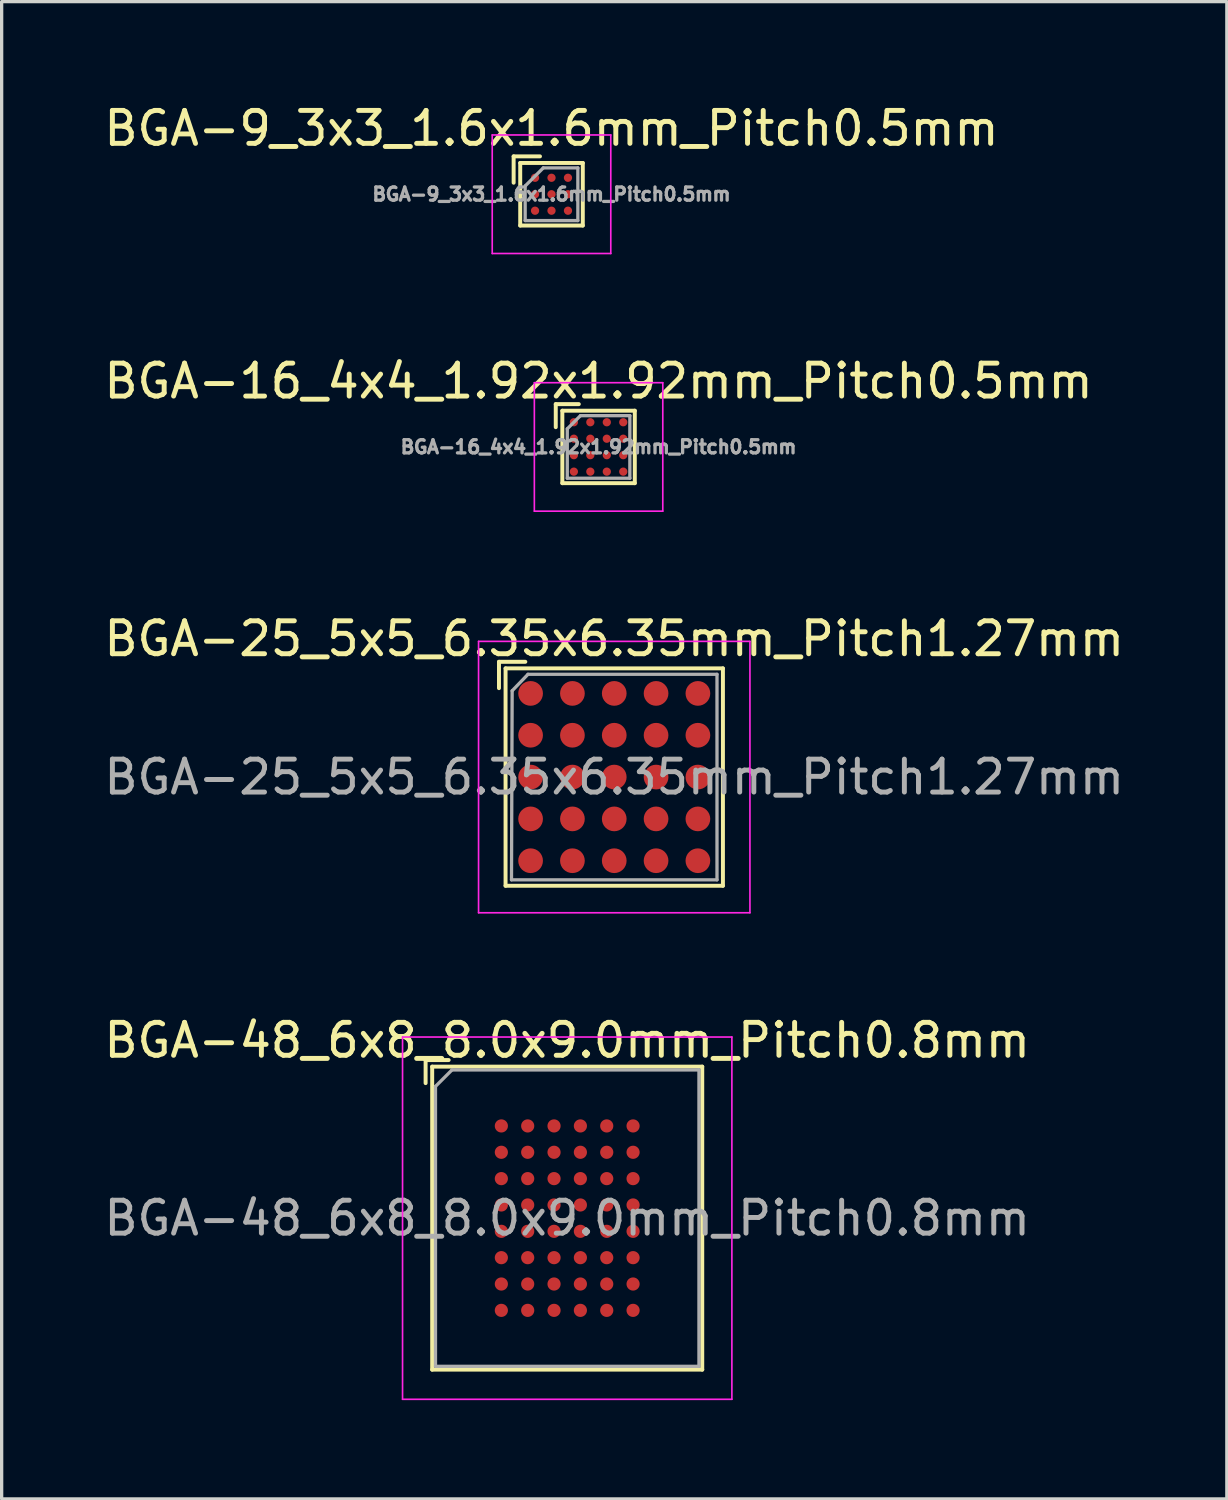
<source format=kicad_pcb>
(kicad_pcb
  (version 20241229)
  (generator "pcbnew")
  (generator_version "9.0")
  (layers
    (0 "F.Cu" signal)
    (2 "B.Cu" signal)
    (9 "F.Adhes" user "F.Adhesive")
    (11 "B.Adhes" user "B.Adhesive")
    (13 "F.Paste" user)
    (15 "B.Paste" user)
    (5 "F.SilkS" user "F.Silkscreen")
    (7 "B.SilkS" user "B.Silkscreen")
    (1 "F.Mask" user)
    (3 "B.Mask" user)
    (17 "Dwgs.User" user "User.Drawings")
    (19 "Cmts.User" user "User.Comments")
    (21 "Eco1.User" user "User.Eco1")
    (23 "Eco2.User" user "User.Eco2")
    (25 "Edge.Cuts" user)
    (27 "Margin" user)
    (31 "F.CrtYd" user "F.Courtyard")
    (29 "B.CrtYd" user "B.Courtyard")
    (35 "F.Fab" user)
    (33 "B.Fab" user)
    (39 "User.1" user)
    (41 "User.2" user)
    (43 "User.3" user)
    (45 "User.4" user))
  (footprint "BGA-16_4x4_1.92x1.92mm_Pitch0.5mm"
    (layer "F.Cu")
    (at 15.125 10.521)
    (property "Reference" "BGA-16_4x4_1.92x1.92mm_Pitch0.5mm" (at 0 -2 0) (layer "F.SilkS") (effects (font (size 1 1) (thickness 0.15))))
    (attr smd)
    (fp_line (start -1.3 -1.3) (end -1.3 -0.6) (stroke (width 0.12) (type solid)) (layer "F.SilkS"))
    (fp_line (start -1.1 -1.1) (end 1.1 -1.1) (stroke (width 0.12) (type solid)) (layer "F.SilkS"))
    (fp_line (start -1.1 1.1) (end -1.1 -1.1) (stroke (width 0.12) (type solid)) (layer "F.SilkS"))
    (fp_line (start -0.6 -1.3) (end -1.3 -1.3) (stroke (width 0.12) (type solid)) (layer "F.SilkS"))
    (fp_line (start 1.1 -1.1) (end 1.1 1.1) (stroke (width 0.12) (type solid)) (layer "F.SilkS"))
    (fp_line (start 1.1 1.1) (end -1.1 1.1) (stroke (width 0.12) (type solid)) (layer "F.SilkS"))
    (fp_line (start -1.95 -1.95) (end -1.95 1.95) (stroke (width 0.05) (type solid)) (layer "F.CrtYd"))
    (fp_line (start -1.95 -1.95) (end 1.95 -1.95) (stroke (width 0.05) (type solid)) (layer "F.CrtYd"))
    (fp_line (start 1.95 1.95) (end -1.95 1.95) (stroke (width 0.05) (type solid)) (layer "F.CrtYd"))
    (fp_line (start 1.95 1.95) (end 1.95 -1.95) (stroke (width 0.05) (type solid)) (layer "F.CrtYd"))
    (fp_line (start -0.95 -0.55) (end -0.55 -0.95) (stroke (width 0.1) (type solid)) (layer "F.Fab"))
    (fp_line (start -0.95 0.95) (end -0.95 -0.55) (stroke (width 0.1) (type solid)) (layer "F.Fab"))
    (fp_line (start -0.55 -0.95) (end 0.95 -0.95) (stroke (width 0.1) (type solid)) (layer "F.Fab"))
    (fp_line (start 0.95 -0.95) (end 0.95 0.95) (stroke (width 0.1) (type solid)) (layer "F.Fab"))
    (fp_line (start 0.95 0.95) (end -0.95 0.95) (stroke (width 0.1) (type solid)) (layer "F.Fab"))
    (fp_text user "${REFERENCE}" (at 0 0 0) (layer "F.Fab") (effects (font (size 0.4 0.4) (thickness 0.1))))
    (pad "A1" smd circle (at -0.75 -0.75) (size 0.25 0.25) (layers "F.Cu" "F.Mask" "F.Paste"))
    (pad "A2" smd circle (at -0.25 -0.75) (size 0.25 0.25) (layers "F.Cu" "F.Mask" "F.Paste"))
    (pad "A3" smd circle (at 0.25 -0.75) (size 0.25 0.25) (layers "F.Cu" "F.Mask" "F.Paste"))
    (pad "A4" smd circle (at 0.75 -0.75) (size 0.25 0.25) (layers "F.Cu" "F.Mask" "F.Paste"))
    (pad "B1" smd circle (at -0.75 -0.25) (size 0.25 0.25) (layers "F.Cu" "F.Mask" "F.Paste"))
    (pad "B2" smd circle (at -0.25 -0.25) (size 0.25 0.25) (layers "F.Cu" "F.Mask" "F.Paste"))
    (pad "B3" smd circle (at 0.25 -0.25) (size 0.25 0.25) (layers "F.Cu" "F.Mask" "F.Paste"))
    (pad "B4" smd circle (at 0.75 -0.25) (size 0.25 0.25) (layers "F.Cu" "F.Mask" "F.Paste"))
    (pad "C1" smd circle (at -0.75 0.25) (size 0.25 0.25) (layers "F.Cu" "F.Mask" "F.Paste"))
    (pad "C2" smd circle (at -0.25 0.25) (size 0.25 0.25) (layers "F.Cu" "F.Mask" "F.Paste"))
    (pad "C3" smd circle (at 0.25 0.25) (size 0.25 0.25) (layers "F.Cu" "F.Mask" "F.Paste"))
    (pad "C4" smd circle (at 0.75 0.25) (size 0.25 0.25) (layers "F.Cu" "F.Mask" "F.Paste"))
    (pad "D1" smd circle (at -0.75 0.75) (size 0.25 0.25) (layers "F.Cu" "F.Mask" "F.Paste"))
    (pad "D2" smd circle (at -0.25 0.75) (size 0.25 0.25) (layers "F.Cu" "F.Mask" "F.Paste"))
    (pad "D3" smd circle (at 0.25 0.75) (size 0.25 0.25) (layers "F.Cu" "F.Mask" "F.Paste"))
    (pad "D4" smd circle (at 0.75 0.75) (size 0.25 0.25) (layers "F.Cu" "F.Mask" "F.Paste")))
  (footprint "BGA-25_5x5_6.35x6.35mm_Pitch1.27mm"
    (layer "F.Cu")
    (at 15.601 20.545)
    (property "Reference" "BGA-25_5x5_6.35x6.35mm_Pitch1.27mm" (at 0 -4.2 0) (layer "F.SilkS") (effects (font (size 1 1) (thickness 0.15))))
    (attr smd)
    (fp_line (start -3.5 -3.5) (end -3.5 -2.7) (stroke (width 0.12) (type solid)) (layer "F.SilkS"))
    (fp_line (start -3.3 -3.3) (end 3.3 -3.3) (stroke (width 0.12) (type solid)) (layer "F.SilkS"))
    (fp_line (start -3.3 3.3) (end -3.3 -3.3) (stroke (width 0.12) (type solid)) (layer "F.SilkS"))
    (fp_line (start -2.7 -3.5) (end -3.5 -3.5) (stroke (width 0.12) (type solid)) (layer "F.SilkS"))
    (fp_line (start 3.3 -3.3) (end 3.3 3.3) (stroke (width 0.12) (type solid)) (layer "F.SilkS"))
    (fp_line (start 3.3 3.3) (end -3.3 3.3) (stroke (width 0.12) (type solid)) (layer "F.SilkS"))
    (fp_line (start -4.12 -4.12) (end -4.12 4.12) (stroke (width 0.05) (type solid)) (layer "F.CrtYd"))
    (fp_line (start -4.12 -4.12) (end 4.12 -4.12) (stroke (width 0.05) (type solid)) (layer "F.CrtYd"))
    (fp_line (start 4.12 4.12) (end -4.12 4.12) (stroke (width 0.05) (type solid)) (layer "F.CrtYd"))
    (fp_line (start 4.12 4.12) (end 4.12 -4.12) (stroke (width 0.05) (type solid)) (layer "F.CrtYd"))
    (fp_line (start -3.12 3.12) (end -3.1 -2.62) (stroke (width 0.1) (type solid)) (layer "F.Fab"))
    (fp_line (start -3.1 -2.62) (end -2.62 -3.12) (stroke (width 0.1) (type solid)) (layer "F.Fab"))
    (fp_line (start -2.62 -3.12) (end 3.12 -3.12) (stroke (width 0.1) (type solid)) (layer "F.Fab"))
    (fp_line (start 3.12 -3.12) (end 3.12 3.12) (stroke (width 0.1) (type solid)) (layer "F.Fab"))
    (fp_line (start 3.12 3.12) (end -3.12 3.12) (stroke (width 0.1) (type solid)) (layer "F.Fab"))
    (fp_text user "${REFERENCE}" (at 0 0 0) (layer "F.Fab") (effects (font (size 1 1) (thickness 0.15))))
    (pad "A1" smd circle (at -2.54 -2.54) (size 0.75 0.75) (layers "F.Cu" "F.Mask" "F.Paste"))
    (pad "A2" smd circle (at -1.27 -2.54) (size 0.75 0.75) (layers "F.Cu" "F.Mask" "F.Paste"))
    (pad "A3" smd circle (at 0 -2.54) (size 0.75 0.75) (layers "F.Cu" "F.Mask" "F.Paste"))
    (pad "A4" smd circle (at 1.27 -2.54) (size 0.75 0.75) (layers "F.Cu" "F.Mask" "F.Paste"))
    (pad "A5" smd circle (at 2.54 -2.54) (size 0.75 0.75) (layers "F.Cu" "F.Mask" "F.Paste"))
    (pad "B1" smd circle (at -2.54 -1.27) (size 0.75 0.75) (layers "F.Cu" "F.Mask" "F.Paste"))
    (pad "B2" smd circle (at -1.27 -1.27) (size 0.75 0.75) (layers "F.Cu" "F.Mask" "F.Paste"))
    (pad "B3" smd circle (at 0 -1.27) (size 0.75 0.75) (layers "F.Cu" "F.Mask" "F.Paste"))
    (pad "B4" smd circle (at 1.27 -1.27) (size 0.75 0.75) (layers "F.Cu" "F.Mask" "F.Paste"))
    (pad "B5" smd circle (at 2.54 -1.27) (size 0.75 0.75) (layers "F.Cu" "F.Mask" "F.Paste"))
    (pad "C1" smd circle (at -2.54 0) (size 0.75 0.75) (layers "F.Cu" "F.Mask" "F.Paste"))
    (pad "C2" smd circle (at -1.27 0) (size 0.75 0.75) (layers "F.Cu" "F.Mask" "F.Paste"))
    (pad "C3" smd circle (at 0 0) (size 0.75 0.75) (layers "F.Cu" "F.Mask" "F.Paste"))
    (pad "C4" smd circle (at 1.27 0) (size 0.75 0.75) (layers "F.Cu" "F.Mask" "F.Paste"))
    (pad "C5" smd circle (at 2.54 0) (size 0.75 0.75) (layers "F.Cu" "F.Mask" "F.Paste"))
    (pad "D1" smd circle (at -2.54 1.27) (size 0.75 0.75) (layers "F.Cu" "F.Mask" "F.Paste"))
    (pad "D2" smd circle (at -1.27 1.27) (size 0.75 0.75) (layers "F.Cu" "F.Mask" "F.Paste"))
    (pad "D3" smd circle (at 0 1.27) (size 0.75 0.75) (layers "F.Cu" "F.Mask" "F.Paste"))
    (pad "D4" smd circle (at 1.27 1.27) (size 0.75 0.75) (layers "F.Cu" "F.Mask" "F.Paste"))
    (pad "D5" smd circle (at 2.54 1.27) (size 0.75 0.75) (layers "F.Cu" "F.Mask" "F.Paste"))
    (pad "E1" smd circle (at -2.54 2.54) (size 0.75 0.75) (layers "F.Cu" "F.Mask" "F.Paste"))
    (pad "E2" smd circle (at -1.27 2.54) (size 0.75 0.75) (layers "F.Cu" "F.Mask" "F.Paste"))
    (pad "E3" smd circle (at 0 2.54) (size 0.75 0.75) (layers "F.Cu" "F.Mask" "F.Paste"))
    (pad "E4" smd circle (at 1.27 2.54) (size 0.75 0.75) (layers "F.Cu" "F.Mask" "F.Paste"))
    (pad "E5" smd circle (at 2.54 2.54) (size 0.75 0.75) (layers "F.Cu" "F.Mask" "F.Paste")))
  (footprint "BGA-9_3x3_1.6x1.6mm_Pitch0.5mm"
    (layer "F.Cu")
    (at 13.696 2.848)
    (property "Reference" "BGA-9_3x3_1.6x1.6mm_Pitch0.5mm" (at 0 -2 0) (layer "F.SilkS") (effects (font (size 1 1) (thickness 0.15))))
    (attr smd)
    (fp_line (start -1.15 -1.15) (end -1.15 -0.35) (stroke (width 0.12) (type solid)) (layer "F.SilkS"))
    (fp_line (start -1.15 -1.15) (end -0.35 -1.15) (stroke (width 0.12) (type solid)) (layer "F.SilkS"))
    (fp_line (start -0.95 -0.95) (end -0.95 0.95) (stroke (width 0.12) (type solid)) (layer "F.SilkS"))
    (fp_line (start -0.95 0.95) (end 0.95 0.95) (stroke (width 0.12) (type solid)) (layer "F.SilkS"))
    (fp_line (start 0.95 -0.95) (end -0.95 -0.95) (stroke (width 0.12) (type solid)) (layer "F.SilkS"))
    (fp_line (start 0.95 0.95) (end 0.95 -0.95) (stroke (width 0.12) (type solid)) (layer "F.SilkS"))
    (fp_line (start -1.8 -1.8) (end -1.8 1.8) (stroke (width 0.05) (type solid)) (layer "F.CrtYd"))
    (fp_line (start -1.8 -1.8) (end 1.8 -1.8) (stroke (width 0.05) (type solid)) (layer "F.CrtYd"))
    (fp_line (start 1.8 1.8) (end -1.8 1.8) (stroke (width 0.05) (type solid)) (layer "F.CrtYd"))
    (fp_line (start 1.8 1.8) (end 1.8 -1.8) (stroke (width 0.05) (type solid)) (layer "F.CrtYd"))
    (fp_line (start -0.8 -0.25) (end -0.25 -0.8) (stroke (width 0.1) (type solid)) (layer "F.Fab"))
    (fp_line (start -0.8 0.8) (end -0.8 -0.25) (stroke (width 0.1) (type solid)) (layer "F.Fab"))
    (fp_line (start -0.25 -0.8) (end 0.8 -0.8) (stroke (width 0.1) (type solid)) (layer "F.Fab"))
    (fp_line (start 0.8 -0.8) (end 0.8 0.8) (stroke (width 0.1) (type solid)) (layer "F.Fab"))
    (fp_line (start 0.8 0.8) (end -0.8 0.8) (stroke (width 0.1) (type solid)) (layer "F.Fab"))
    (fp_text user "${REFERENCE}" (at 0 0 0) (layer "F.Fab") (effects (font (size 0.4 0.4) (thickness 0.1))))
    (pad "A1" smd circle (at -0.5 -0.5) (size 0.25 0.25) (layers "F.Cu" "F.Mask" "F.Paste"))
    (pad "A2" smd circle (at 0 -0.5) (size 0.25 0.25) (layers "F.Cu" "F.Mask" "F.Paste"))
    (pad "A3" smd circle (at 0.5 -0.5) (size 0.25 0.25) (layers "F.Cu" "F.Mask" "F.Paste"))
    (pad "B1" smd circle (at -0.5 0) (size 0.25 0.25) (layers "F.Cu" "F.Mask" "F.Paste"))
    (pad "B2" smd circle (at 0 0) (size 0.25 0.25) (layers "F.Cu" "F.Mask" "F.Paste"))
    (pad "B3" smd circle (at 0.5 0) (size 0.25 0.25) (layers "F.Cu" "F.Mask" "F.Paste"))
    (pad "C1" smd circle (at -0.5 0.5) (size 0.25 0.25) (layers "F.Cu" "F.Mask" "F.Paste"))
    (pad "C2" smd circle (at 0 0.5) (size 0.25 0.25) (layers "F.Cu" "F.Mask" "F.Paste"))
    (pad "C3" smd circle (at 0.5 0.5) (size 0.25 0.25) (layers "F.Cu" "F.Mask" "F.Paste")))
  (footprint "BGA-48_6x8_8.0x9.0mm_Pitch0.8mm"
    (layer "F.Cu")
    (at 14.173 33.938)
    (property "Reference" "BGA-48_6x8_8.0x9.0mm_Pitch0.8mm" (at 0 -5.4 0) (layer "F.SilkS") (effects (font (size 1 1) (thickness 0.15))))
    (attr smd)
    (fp_line (start -4.3 -4.8) (end -3.6 -4.8) (stroke (width 0.12) (type solid)) (layer "F.SilkS"))
    (fp_line (start -4.3 -4.1) (end -4.3 -4.8) (stroke (width 0.12) (type solid)) (layer "F.SilkS"))
    (fp_line (start -4.1 -4.6) (end 4.1 -4.6) (stroke (width 0.12) (type solid)) (layer "F.SilkS"))
    (fp_line (start -4.1 4.6) (end -4.1 -4.6) (stroke (width 0.12) (type solid)) (layer "F.SilkS"))
    (fp_line (start 4.1 -4.6) (end 4.1 4.6) (stroke (width 0.12) (type solid)) (layer "F.SilkS"))
    (fp_line (start 4.1 4.6) (end -4.1 4.6) (stroke (width 0.12) (type solid)) (layer "F.SilkS"))
    (fp_line (start -5 -5.5) (end -5 5.5) (stroke (width 0.05) (type solid)) (layer "F.CrtYd"))
    (fp_line (start -5 -5.5) (end 5 -5.5) (stroke (width 0.05) (type solid)) (layer "F.CrtYd"))
    (fp_line (start 5 5.5) (end -5 5.5) (stroke (width 0.05) (type solid)) (layer "F.CrtYd"))
    (fp_line (start 5 5.5) (end 5 -5.5) (stroke (width 0.05) (type solid)) (layer "F.CrtYd"))
    (fp_line (start -4 -4) (end -3.5 -4.5) (stroke (width 0.1) (type solid)) (layer "F.Fab"))
    (fp_line (start -4 4.5) (end -4 -4) (stroke (width 0.1) (type solid)) (layer "F.Fab"))
    (fp_line (start -3.5 -4.5) (end 4 -4.5) (stroke (width 0.1) (type solid)) (layer "F.Fab"))
    (fp_line (start 4 -4.5) (end 4 4.5) (stroke (width 0.1) (type solid)) (layer "F.Fab"))
    (fp_line (start 4 4.5) (end -4 4.5) (stroke (width 0.1) (type solid)) (layer "F.Fab"))
    (fp_text user "${REFERENCE}" (at 0 0 0) (layer "F.Fab") (effects (font (size 1 1) (thickness 0.15))))
    (pad "A1" smd circle (at -2 -2.8) (size 0.4 0.4) (layers "F.Cu" "F.Mask" "F.Paste"))
    (pad "A2" smd circle (at -1.2 -2.8) (size 0.4 0.4) (layers "F.Cu" "F.Mask" "F.Paste"))
    (pad "A3" smd circle (at -0.4 -2.8) (size 0.4 0.4) (layers "F.Cu" "F.Mask" "F.Paste"))
    (pad "A4" smd circle (at 0.4 -2.8) (size 0.4 0.4) (layers "F.Cu" "F.Mask" "F.Paste"))
    (pad "A5" smd circle (at 1.2 -2.8) (size 0.4 0.4) (layers "F.Cu" "F.Mask" "F.Paste"))
    (pad "A6" smd circle (at 2 -2.8) (size 0.4 0.4) (layers "F.Cu" "F.Mask" "F.Paste"))
    (pad "B1" smd circle (at -2 -2) (size 0.4 0.4) (layers "F.Cu" "F.Mask" "F.Paste"))
    (pad "B2" smd circle (at -1.2 -2) (size 0.4 0.4) (layers "F.Cu" "F.Mask" "F.Paste"))
    (pad "B3" smd circle (at -0.4 -2) (size 0.4 0.4) (layers "F.Cu" "F.Mask" "F.Paste"))
    (pad "B4" smd circle (at 0.4 -2) (size 0.4 0.4) (layers "F.Cu" "F.Mask" "F.Paste"))
    (pad "B5" smd circle (at 1.2 -2) (size 0.4 0.4) (layers "F.Cu" "F.Mask" "F.Paste"))
    (pad "B6" smd circle (at 2 -2) (size 0.4 0.4) (layers "F.Cu" "F.Mask" "F.Paste"))
    (pad "C1" smd circle (at -2 -1.2) (size 0.4 0.4) (layers "F.Cu" "F.Mask" "F.Paste"))
    (pad "C2" smd circle (at -1.2 -1.2) (size 0.4 0.4) (layers "F.Cu" "F.Mask" "F.Paste"))
    (pad "C3" smd circle (at -0.4 -1.2) (size 0.4 0.4) (layers "F.Cu" "F.Mask" "F.Paste"))
    (pad "C4" smd circle (at 0.4 -1.2) (size 0.4 0.4) (layers "F.Cu" "F.Mask" "F.Paste"))
    (pad "C5" smd circle (at 1.2 -1.2) (size 0.4 0.4) (layers "F.Cu" "F.Mask" "F.Paste"))
    (pad "C6" smd circle (at 2 -1.2) (size 0.4 0.4) (layers "F.Cu" "F.Mask" "F.Paste"))
    (pad "D1" smd circle (at -2 -0.4) (size 0.4 0.4) (layers "F.Cu" "F.Mask" "F.Paste"))
    (pad "D2" smd circle (at -1.2 -0.4) (size 0.4 0.4) (layers "F.Cu" "F.Mask" "F.Paste"))
    (pad "D3" smd circle (at -0.4 -0.4) (size 0.4 0.4) (layers "F.Cu" "F.Mask" "F.Paste"))
    (pad "D4" smd circle (at 0.4 -0.4) (size 0.4 0.4) (layers "F.Cu" "F.Mask" "F.Paste"))
    (pad "D5" smd circle (at 1.2 -0.4) (size 0.4 0.4) (layers "F.Cu" "F.Mask" "F.Paste"))
    (pad "D6" smd circle (at 2 -0.4) (size 0.4 0.4) (layers "F.Cu" "F.Mask" "F.Paste"))
    (pad "E1" smd circle (at -2 0.4) (size 0.4 0.4) (layers "F.Cu" "F.Mask" "F.Paste"))
    (pad "E2" smd circle (at -1.2 0.4) (size 0.4 0.4) (layers "F.Cu" "F.Mask" "F.Paste"))
    (pad "E3" smd circle (at -0.4 0.4) (size 0.4 0.4) (layers "F.Cu" "F.Mask" "F.Paste"))
    (pad "E4" smd circle (at 0.4 0.4) (size 0.4 0.4) (layers "F.Cu" "F.Mask" "F.Paste"))
    (pad "E5" smd circle (at 1.2 0.4) (size 0.4 0.4) (layers "F.Cu" "F.Mask" "F.Paste"))
    (pad "E6" smd circle (at 2 0.4) (size 0.4 0.4) (layers "F.Cu" "F.Mask" "F.Paste"))
    (pad "F1" smd circle (at -2 1.2) (size 0.4 0.4) (layers "F.Cu" "F.Mask" "F.Paste"))
    (pad "F2" smd circle (at -1.2 1.2) (size 0.4 0.4) (layers "F.Cu" "F.Mask" "F.Paste"))
    (pad "F3" smd circle (at -0.4 1.2) (size 0.4 0.4) (layers "F.Cu" "F.Mask" "F.Paste"))
    (pad "F4" smd circle (at 0.4 1.2) (size 0.4 0.4) (layers "F.Cu" "F.Mask" "F.Paste"))
    (pad "F5" smd circle (at 1.2 1.2) (size 0.4 0.4) (layers "F.Cu" "F.Mask" "F.Paste"))
    (pad "F6" smd circle (at 2 1.2) (size 0.4 0.4) (layers "F.Cu" "F.Mask" "F.Paste"))
    (pad "G1" smd circle (at -2 2) (size 0.4 0.4) (layers "F.Cu" "F.Mask" "F.Paste"))
    (pad "G2" smd circle (at -1.2 2) (size 0.4 0.4) (layers "F.Cu" "F.Mask" "F.Paste"))
    (pad "G3" smd circle (at -0.4 2) (size 0.4 0.4) (layers "F.Cu" "F.Mask" "F.Paste"))
    (pad "G4" smd circle (at 0.4 2) (size 0.4 0.4) (layers "F.Cu" "F.Mask" "F.Paste"))
    (pad "G5" smd circle (at 1.2 2) (size 0.4 0.4) (layers "F.Cu" "F.Mask" "F.Paste"))
    (pad "G6" smd circle (at 2 2) (size 0.4 0.4) (layers "F.Cu" "F.Mask" "F.Paste"))
    (pad "H1" smd circle (at -2 2.8) (size 0.4 0.4) (layers "F.Cu" "F.Mask" "F.Paste"))
    (pad "H2" smd circle (at -1.2 2.8) (size 0.4 0.4) (layers "F.Cu" "F.Mask" "F.Paste"))
    (pad "H3" smd circle (at -0.4 2.8) (size 0.4 0.4) (layers "F.Cu" "F.Mask" "F.Paste"))
    (pad "H4" smd circle (at 0.4 2.8) (size 0.4 0.4) (layers "F.Cu" "F.Mask" "F.Paste"))
    (pad "H5" smd circle (at 1.2 2.8) (size 0.4 0.4) (layers "F.Cu" "F.Mask" "F.Paste"))
    (pad "H6" smd circle (at 2 2.8) (size 0.4 0.4) (layers "F.Cu" "F.Mask" "F.Paste")))
  (gr_rect
    (start -3 -3)
    (end 34.202 42.463)
    (stroke (width 0.1) (type default))
    (fill no)
    (layer "Edge.Cuts")))
</source>
